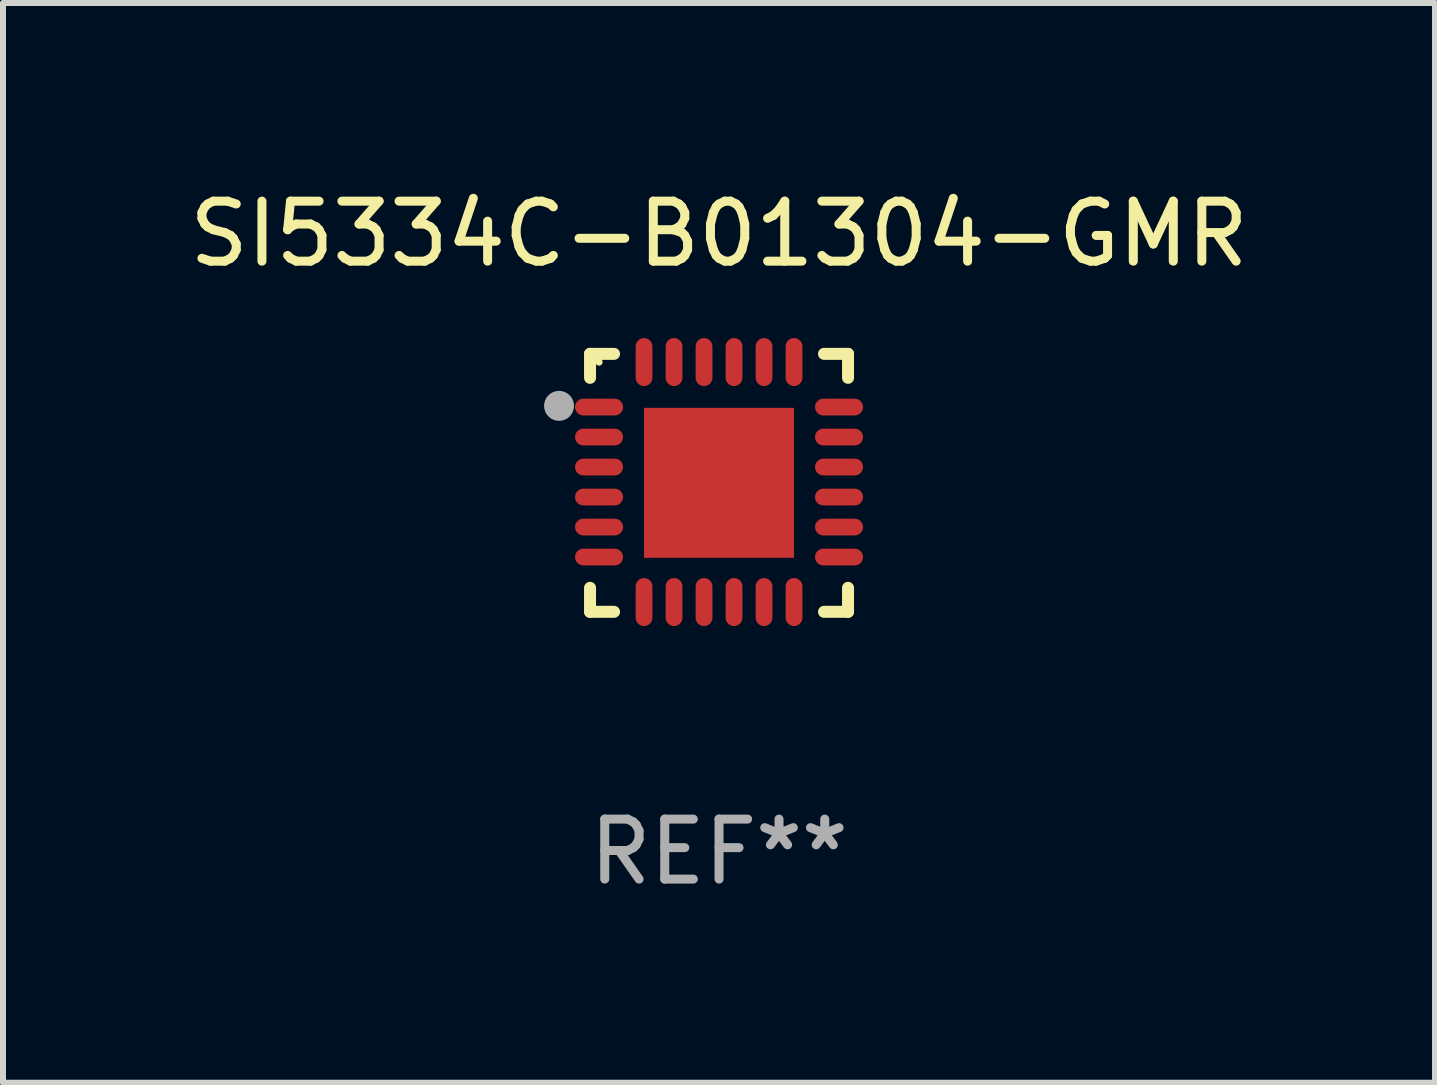
<source format=kicad_pcb>
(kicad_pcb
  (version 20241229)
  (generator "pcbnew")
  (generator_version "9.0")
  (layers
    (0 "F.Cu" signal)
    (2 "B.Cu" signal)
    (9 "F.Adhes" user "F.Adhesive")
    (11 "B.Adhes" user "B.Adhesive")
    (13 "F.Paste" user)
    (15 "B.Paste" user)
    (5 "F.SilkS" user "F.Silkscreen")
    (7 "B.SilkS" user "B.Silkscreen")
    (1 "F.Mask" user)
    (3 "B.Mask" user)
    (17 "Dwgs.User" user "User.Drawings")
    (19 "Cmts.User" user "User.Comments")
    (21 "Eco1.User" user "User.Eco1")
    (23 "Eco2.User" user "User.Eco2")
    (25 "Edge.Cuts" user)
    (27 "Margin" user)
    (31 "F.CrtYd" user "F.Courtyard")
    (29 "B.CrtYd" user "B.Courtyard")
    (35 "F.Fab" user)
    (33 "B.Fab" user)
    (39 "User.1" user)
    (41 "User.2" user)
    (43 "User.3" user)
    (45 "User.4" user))
  (footprint "SI5334C-B01304-GMR"
    (layer "F.Cu")
    (at 8.935 4.998)
    (property "Reference" "SI5334C-B01304-GMR" (at 0 -4.15 0) (layer "F.SilkS") (effects (font (size 1 1) (thickness 0.15))))
    (attr through_hole)
    (fp_line (start -2.15 -2.15) (end -1.75 -2.15) (stroke (width 0.2) (type solid)) (layer "F.SilkS"))
    (fp_line (start -2.15 -1.75) (end -2.15 -2.15) (stroke (width 0.2) (type solid)) (layer "F.SilkS"))
    (fp_line (start -2.15 2.15) (end -2.15 1.75) (stroke (width 0.2) (type solid)) (layer "F.SilkS"))
    (fp_line (start -1.75 2.15) (end -2.15 2.15) (stroke (width 0.2) (type solid)) (layer "F.SilkS"))
    (fp_line (start 1.75 -2.15) (end 2.15 -2.15) (stroke (width 0.2) (type solid)) (layer "F.SilkS"))
    (fp_line (start 1.75 2.15) (end 2.15 2.15) (stroke (width 0.2) (type solid)) (layer "F.SilkS"))
    (fp_line (start 2.15 -2.15) (end 2.15 -1.75) (stroke (width 0.2) (type solid)) (layer "F.SilkS"))
    (fp_line (start 2.15 2.15) (end 2.15 1.75) (stroke (width 0.2) (type solid)) (layer "F.SilkS"))
    (fp_circle (center -2 -2.013) (end -1.97 -2.013) (stroke (width 0.06) (type solid)) (fill no) (layer "F.SilkS"))
    (fp_circle (center -2.667 -1.283) (end -2.542 -1.283) (stroke (width 0.25) (type solid)) (fill no) (layer "F.Fab"))
    (fp_text user "REF**" (at 0 6.15 0) (layer "F.Fab") (effects (font (size 1 1) (thickness 0.15))))
    (pad "1" smd oval (at -2 -1.263) (size 0.8 0.28) (layers "F.Cu" "F.Mask" "F.Paste"))
    (pad "2" smd oval (at -2 -0.763) (size 0.8 0.28) (layers "F.Cu" "F.Mask" "F.Paste"))
    (pad "3" smd oval (at -2 -0.263) (size 0.8 0.28) (layers "F.Cu" "F.Mask" "F.Paste"))
    (pad "4" smd oval (at -2 0.237) (size 0.8 0.28) (layers "F.Cu" "F.Mask" "F.Paste"))
    (pad "5" smd oval (at -2 0.737) (size 0.8 0.28) (layers "F.Cu" "F.Mask" "F.Paste"))
    (pad "6" smd oval (at -2 1.237) (size 0.8 0.28) (layers "F.Cu" "F.Mask" "F.Paste"))
    (pad "7" smd oval (at -1.25 1.987) (size 0.28 0.8) (layers "F.Cu" "F.Mask" "F.Paste"))
    (pad "8" smd oval (at -0.75 1.987) (size 0.28 0.8) (layers "F.Cu" "F.Mask" "F.Paste"))
    (pad "9" smd oval (at -0.25 1.987) (size 0.28 0.8) (layers "F.Cu" "F.Mask" "F.Paste"))
    (pad "10" smd oval (at 0.25 1.987) (size 0.28 0.8) (layers "F.Cu" "F.Mask" "F.Paste"))
    (pad "11" smd oval (at 0.75 1.987) (size 0.28 0.8) (layers "F.Cu" "F.Mask" "F.Paste"))
    (pad "12" smd oval (at 1.25 1.987) (size 0.28 0.8) (layers "F.Cu" "F.Mask" "F.Paste"))
    (pad "13" smd oval (at 2 1.237) (size 0.8 0.28) (layers "F.Cu" "F.Mask" "F.Paste"))
    (pad "14" smd oval (at 2 0.737) (size 0.8 0.28) (layers "F.Cu" "F.Mask" "F.Paste"))
    (pad "15" smd oval (at 2 0.237) (size 0.8 0.28) (layers "F.Cu" "F.Mask" "F.Paste"))
    (pad "16" smd oval (at 2 -0.263) (size 0.8 0.28) (layers "F.Cu" "F.Mask" "F.Paste"))
    (pad "17" smd oval (at 2 -0.763) (size 0.8 0.28) (layers "F.Cu" "F.Mask" "F.Paste"))
    (pad "18" smd oval (at 2 -1.263) (size 0.8 0.28) (layers "F.Cu" "F.Mask" "F.Paste"))
    (pad "19" smd oval (at 1.25 -2.013) (size 0.28 0.8) (layers "F.Cu" "F.Mask" "F.Paste"))
    (pad "20" smd oval (at 0.75 -2.013) (size 0.28 0.8) (layers "F.Cu" "F.Mask" "F.Paste"))
    (pad "21" smd oval (at 0.25 -2.013) (size 0.28 0.8) (layers "F.Cu" "F.Mask" "F.Paste"))
    (pad "22" smd oval (at -0.25 -2.013) (size 0.28 0.8) (layers "F.Cu" "F.Mask" "F.Paste"))
    (pad "23" smd oval (at -0.75 -2.013) (size 0.28 0.8) (layers "F.Cu" "F.Mask" "F.Paste"))
    (pad "24" smd oval (at -1.25 -2.013) (size 0.28 0.8) (layers "F.Cu" "F.Mask" "F.Paste"))
    (pad "25" smd rect (at -0.000127 -0.00014) (size 2.5 2.5) (layers "F.Cu" "F.Mask" "F.Paste")))
  (gr_rect
    (start -3 -3)
    (end 20.869 14.997)
    (stroke (width 0.1) (type default))
    (fill no)
    (layer "Edge.Cuts")))
</source>
